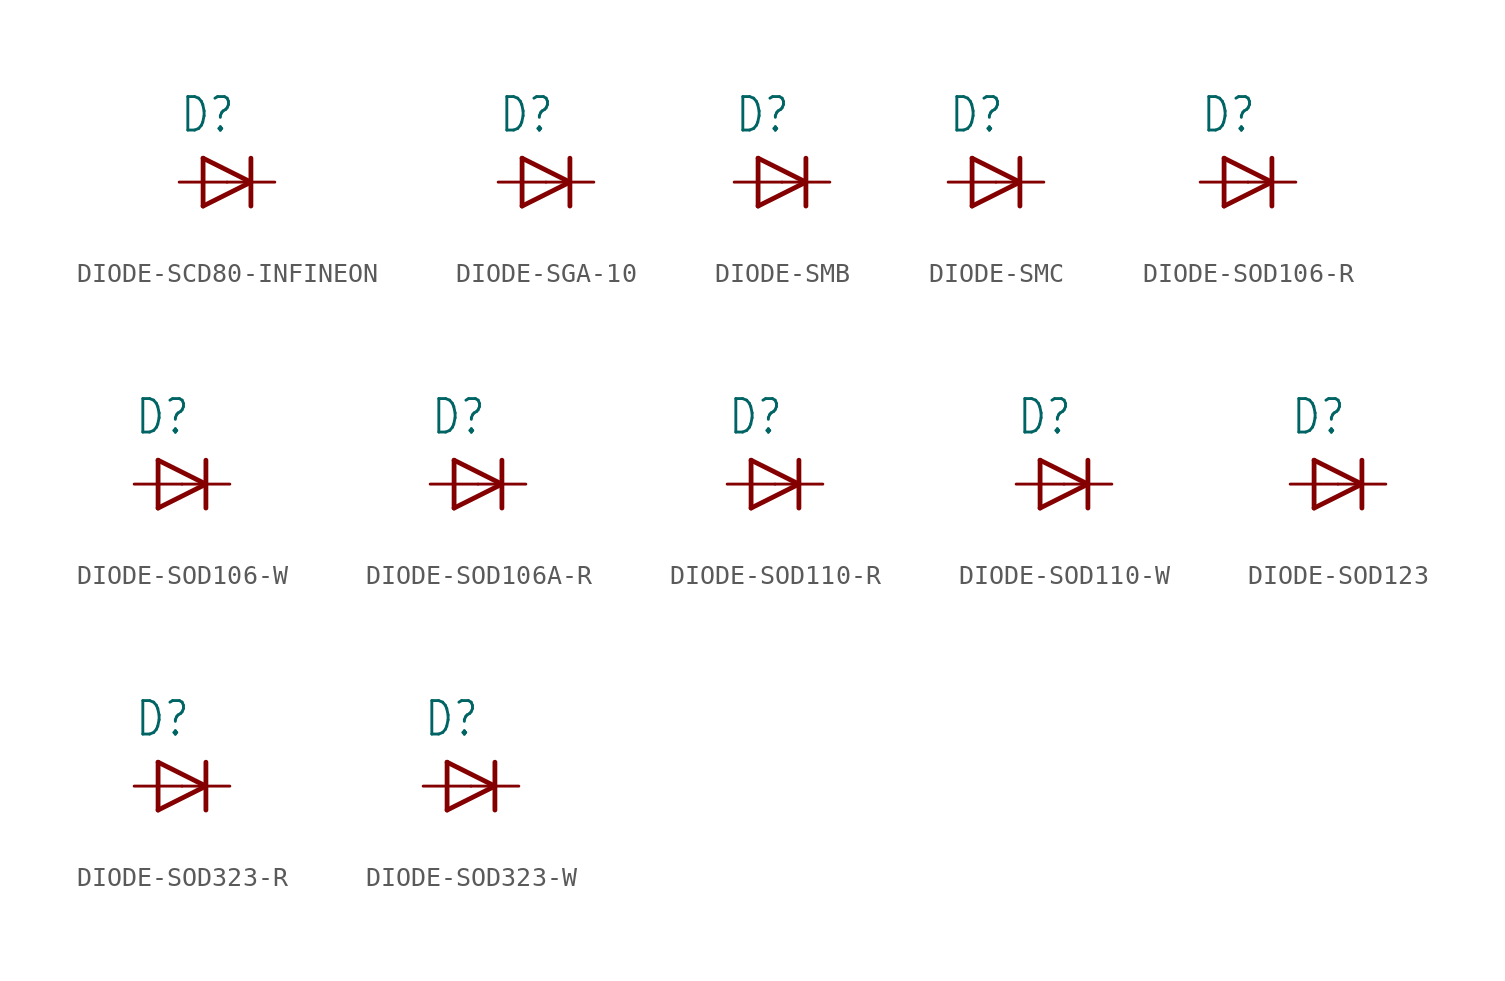
<source format=kicad_sym>
(kicad_symbol_lib
  (version 20220914)
  (generator kicad_symbol_editor)
  (symbol "DIODE-SCD80-INFINEON"
    (property "Reference" "D"
      (at -2.54 2.54 0)
      (effects (font (size 1.778 1.511)) (justify left bottom)))
    (property "Value" ""
      (at -2.54 -2.54 0)
      (effects (font (size 1.778 1.511)) (justify left top)))
    (property "ki_locked" ""
      (at 0 0 0)
      (effects (font (size 1.27 1.27))))
    (symbol "DIODE-SCD80-INFINEON_1_0"
      (polyline (pts (xy -1.27 -1.27) (xy 1.27 0)) (stroke (width 0.254) (type solid)) (fill (type none)))
      (polyline (pts (xy -1.27 1.27) (xy -1.27 -1.27)) (stroke (width 0.254) (type solid)) (fill (type none)))
      (polyline (pts (xy 1.27 0) (xy -1.27 1.27)) (stroke (width 0.254) (type solid)) (fill (type none)))
      (polyline (pts (xy 1.27 0) (xy 1.27 -1.27)) (stroke (width 0.254) (type solid)) (fill (type none)))
      (polyline (pts (xy 1.27 1.27) (xy 1.27 0)) (stroke (width 0.254) (type solid)) (fill (type none)))
      (pin passive line (at -2.54 0 0) (length 2.54) (name "A" (effects (font (size 0 0)))) (number "A" (effects (font (size 0 0)))))
      (pin passive line (at 2.54 0 180) (length 2.54) (name "C" (effects (font (size 0 0)))) (number "C" (effects (font (size 0 0)))))))
  (symbol "DIODE-SGA-10"
    (property "Reference" "D"
      (at -2.54 2.54 0)
      (effects (font (size 1.778 1.511)) (justify left bottom)))
    (property "Value" ""
      (at -2.54 -2.54 0)
      (effects (font (size 1.778 1.511)) (justify left top)))
    (property "ki_locked" ""
      (at 0 0 0)
      (effects (font (size 1.27 1.27))))
    (symbol "DIODE-SGA-10_1_0"
      (polyline (pts (xy -1.27 -1.27) (xy 1.27 0)) (stroke (width 0.254) (type solid)) (fill (type none)))
      (polyline (pts (xy -1.27 1.27) (xy -1.27 -1.27)) (stroke (width 0.254) (type solid)) (fill (type none)))
      (polyline (pts (xy 1.27 0) (xy -1.27 1.27)) (stroke (width 0.254) (type solid)) (fill (type none)))
      (polyline (pts (xy 1.27 0) (xy 1.27 -1.27)) (stroke (width 0.254) (type solid)) (fill (type none)))
      (polyline (pts (xy 1.27 1.27) (xy 1.27 0)) (stroke (width 0.254) (type solid)) (fill (type none)))
      (pin passive line (at -2.54 0 0) (length 2.54) (name "A" (effects (font (size 0 0)))) (number "A" (effects (font (size 0 0)))))
      (pin passive line (at 2.54 0 180) (length 2.54) (name "C" (effects (font (size 0 0)))) (number "C" (effects (font (size 0 0)))))))
  (symbol "DIODE-SMB"
    (property "Reference" "D"
      (at -2.54 2.54 0)
      (effects (font (size 1.778 1.511)) (justify left bottom)))
    (property "Value" ""
      (at -2.54 -2.54 0)
      (effects (font (size 1.778 1.511)) (justify left top)))
    (property "ki_locked" ""
      (at 0 0 0)
      (effects (font (size 1.27 1.27))))
    (symbol "DIODE-SMB_1_0"
      (polyline (pts (xy -1.27 -1.27) (xy 1.27 0)) (stroke (width 0.254) (type solid)) (fill (type none)))
      (polyline (pts (xy -1.27 1.27) (xy -1.27 -1.27)) (stroke (width 0.254) (type solid)) (fill (type none)))
      (polyline (pts (xy 1.27 0) (xy -1.27 1.27)) (stroke (width 0.254) (type solid)) (fill (type none)))
      (polyline (pts (xy 1.27 0) (xy 1.27 -1.27)) (stroke (width 0.254) (type solid)) (fill (type none)))
      (polyline (pts (xy 1.27 1.27) (xy 1.27 0)) (stroke (width 0.254) (type solid)) (fill (type none)))
      (pin passive line (at -2.54 0 0) (length 2.54) (name "A" (effects (font (size 0 0)))) (number "A" (effects (font (size 0 0)))))
      (pin passive line (at 2.54 0 180) (length 2.54) (name "C" (effects (font (size 0 0)))) (number "C" (effects (font (size 0 0)))))))
  (symbol "DIODE-SMC"
    (property "Reference" "D"
      (at -2.54 2.54 0)
      (effects (font (size 1.778 1.511)) (justify left bottom)))
    (property "Value" ""
      (at -2.54 -2.54 0)
      (effects (font (size 1.778 1.511)) (justify left top)))
    (property "ki_locked" ""
      (at 0 0 0)
      (effects (font (size 1.27 1.27))))
    (symbol "DIODE-SMC_1_0"
      (polyline (pts (xy -1.27 -1.27) (xy 1.27 0)) (stroke (width 0.254) (type solid)) (fill (type none)))
      (polyline (pts (xy -1.27 1.27) (xy -1.27 -1.27)) (stroke (width 0.254) (type solid)) (fill (type none)))
      (polyline (pts (xy 1.27 0) (xy -1.27 1.27)) (stroke (width 0.254) (type solid)) (fill (type none)))
      (polyline (pts (xy 1.27 0) (xy 1.27 -1.27)) (stroke (width 0.254) (type solid)) (fill (type none)))
      (polyline (pts (xy 1.27 1.27) (xy 1.27 0)) (stroke (width 0.254) (type solid)) (fill (type none)))
      (pin passive line (at -2.54 0 0) (length 2.54) (name "A" (effects (font (size 0 0)))) (number "A" (effects (font (size 0 0)))))
      (pin passive line (at 2.54 0 180) (length 2.54) (name "C" (effects (font (size 0 0)))) (number "C" (effects (font (size 0 0)))))))
  (symbol "DIODE-SOD106-R"
    (property "Reference" "D"
      (at -2.54 2.54 0)
      (effects (font (size 1.778 1.511)) (justify left bottom)))
    (property "Value" ""
      (at -2.54 -2.54 0)
      (effects (font (size 1.778 1.511)) (justify left top)))
    (property "ki_locked" ""
      (at 0 0 0)
      (effects (font (size 1.27 1.27))))
    (symbol "DIODE-SOD106-R_1_0"
      (polyline (pts (xy -1.27 -1.27) (xy 1.27 0)) (stroke (width 0.254) (type solid)) (fill (type none)))
      (polyline (pts (xy -1.27 1.27) (xy -1.27 -1.27)) (stroke (width 0.254) (type solid)) (fill (type none)))
      (polyline (pts (xy 1.27 0) (xy -1.27 1.27)) (stroke (width 0.254) (type solid)) (fill (type none)))
      (polyline (pts (xy 1.27 0) (xy 1.27 -1.27)) (stroke (width 0.254) (type solid)) (fill (type none)))
      (polyline (pts (xy 1.27 1.27) (xy 1.27 0)) (stroke (width 0.254) (type solid)) (fill (type none)))
      (pin passive line (at -2.54 0 0) (length 2.54) (name "A" (effects (font (size 0 0)))) (number "A" (effects (font (size 0 0)))))
      (pin passive line (at 2.54 0 180) (length 2.54) (name "C" (effects (font (size 0 0)))) (number "C" (effects (font (size 0 0)))))))
  (symbol "DIODE-SOD106-W"
    (property "Reference" "D"
      (at -2.54 2.54 0)
      (effects (font (size 1.778 1.511)) (justify left bottom)))
    (property "Value" ""
      (at -2.54 -2.54 0)
      (effects (font (size 1.778 1.511)) (justify left top)))
    (property "ki_locked" ""
      (at 0 0 0)
      (effects (font (size 1.27 1.27))))
    (symbol "DIODE-SOD106-W_1_0"
      (polyline (pts (xy -1.27 -1.27) (xy 1.27 0)) (stroke (width 0.254) (type solid)) (fill (type none)))
      (polyline (pts (xy -1.27 1.27) (xy -1.27 -1.27)) (stroke (width 0.254) (type solid)) (fill (type none)))
      (polyline (pts (xy 1.27 0) (xy -1.27 1.27)) (stroke (width 0.254) (type solid)) (fill (type none)))
      (polyline (pts (xy 1.27 0) (xy 1.27 -1.27)) (stroke (width 0.254) (type solid)) (fill (type none)))
      (polyline (pts (xy 1.27 1.27) (xy 1.27 0)) (stroke (width 0.254) (type solid)) (fill (type none)))
      (pin passive line (at -2.54 0 0) (length 2.54) (name "A" (effects (font (size 0 0)))) (number "A" (effects (font (size 0 0)))))
      (pin passive line (at 2.54 0 180) (length 2.54) (name "C" (effects (font (size 0 0)))) (number "C" (effects (font (size 0 0)))))))
  (symbol "DIODE-SOD106A-R"
    (property "Reference" "D"
      (at -2.54 2.54 0)
      (effects (font (size 1.778 1.511)) (justify left bottom)))
    (property "Value" ""
      (at -2.54 -2.54 0)
      (effects (font (size 1.778 1.511)) (justify left top)))
    (property "ki_locked" ""
      (at 0 0 0)
      (effects (font (size 1.27 1.27))))
    (symbol "DIODE-SOD106A-R_1_0"
      (polyline (pts (xy -1.27 -1.27) (xy 1.27 0)) (stroke (width 0.254) (type solid)) (fill (type none)))
      (polyline (pts (xy -1.27 1.27) (xy -1.27 -1.27)) (stroke (width 0.254) (type solid)) (fill (type none)))
      (polyline (pts (xy 1.27 0) (xy -1.27 1.27)) (stroke (width 0.254) (type solid)) (fill (type none)))
      (polyline (pts (xy 1.27 0) (xy 1.27 -1.27)) (stroke (width 0.254) (type solid)) (fill (type none)))
      (polyline (pts (xy 1.27 1.27) (xy 1.27 0)) (stroke (width 0.254) (type solid)) (fill (type none)))
      (pin passive line (at -2.54 0 0) (length 2.54) (name "A" (effects (font (size 0 0)))) (number "A" (effects (font (size 0 0)))))
      (pin passive line (at 2.54 0 180) (length 2.54) (name "C" (effects (font (size 0 0)))) (number "C" (effects (font (size 0 0)))))))
  (symbol "DIODE-SOD110-R"
    (property "Reference" "D"
      (at -2.54 2.54 0)
      (effects (font (size 1.778 1.511)) (justify left bottom)))
    (property "Value" ""
      (at -2.54 -2.54 0)
      (effects (font (size 1.778 1.511)) (justify left top)))
    (property "ki_locked" ""
      (at 0 0 0)
      (effects (font (size 1.27 1.27))))
    (symbol "DIODE-SOD110-R_1_0"
      (polyline (pts (xy -1.27 -1.27) (xy 1.27 0)) (stroke (width 0.254) (type solid)) (fill (type none)))
      (polyline (pts (xy -1.27 1.27) (xy -1.27 -1.27)) (stroke (width 0.254) (type solid)) (fill (type none)))
      (polyline (pts (xy 1.27 0) (xy -1.27 1.27)) (stroke (width 0.254) (type solid)) (fill (type none)))
      (polyline (pts (xy 1.27 0) (xy 1.27 -1.27)) (stroke (width 0.254) (type solid)) (fill (type none)))
      (polyline (pts (xy 1.27 1.27) (xy 1.27 0)) (stroke (width 0.254) (type solid)) (fill (type none)))
      (pin passive line (at -2.54 0 0) (length 2.54) (name "A" (effects (font (size 0 0)))) (number "A" (effects (font (size 0 0)))))
      (pin passive line (at 2.54 0 180) (length 2.54) (name "C" (effects (font (size 0 0)))) (number "C" (effects (font (size 0 0)))))))
  (symbol "DIODE-SOD110-W"
    (property "Reference" "D"
      (at -2.54 2.54 0)
      (effects (font (size 1.778 1.511)) (justify left bottom)))
    (property "Value" ""
      (at -2.54 -2.54 0)
      (effects (font (size 1.778 1.511)) (justify left top)))
    (property "ki_locked" ""
      (at 0 0 0)
      (effects (font (size 1.27 1.27))))
    (symbol "DIODE-SOD110-W_1_0"
      (polyline (pts (xy -1.27 -1.27) (xy 1.27 0)) (stroke (width 0.254) (type solid)) (fill (type none)))
      (polyline (pts (xy -1.27 1.27) (xy -1.27 -1.27)) (stroke (width 0.254) (type solid)) (fill (type none)))
      (polyline (pts (xy 1.27 0) (xy -1.27 1.27)) (stroke (width 0.254) (type solid)) (fill (type none)))
      (polyline (pts (xy 1.27 0) (xy 1.27 -1.27)) (stroke (width 0.254) (type solid)) (fill (type none)))
      (polyline (pts (xy 1.27 1.27) (xy 1.27 0)) (stroke (width 0.254) (type solid)) (fill (type none)))
      (pin passive line (at -2.54 0 0) (length 2.54) (name "A" (effects (font (size 0 0)))) (number "A" (effects (font (size 0 0)))))
      (pin passive line (at 2.54 0 180) (length 2.54) (name "C" (effects (font (size 0 0)))) (number "C" (effects (font (size 0 0)))))))
  (symbol "DIODE-SOD123"
    (property "Reference" "D"
      (at -2.54 2.54 0)
      (effects (font (size 1.778 1.511)) (justify left bottom)))
    (property "Value" ""
      (at -2.54 -2.54 0)
      (effects (font (size 1.778 1.511)) (justify left top)))
    (property "ki_locked" ""
      (at 0 0 0)
      (effects (font (size 1.27 1.27))))
    (symbol "DIODE-SOD123_1_0"
      (polyline (pts (xy -1.27 -1.27) (xy 1.27 0)) (stroke (width 0.254) (type solid)) (fill (type none)))
      (polyline (pts (xy -1.27 1.27) (xy -1.27 -1.27)) (stroke (width 0.254) (type solid)) (fill (type none)))
      (polyline (pts (xy 1.27 0) (xy -1.27 1.27)) (stroke (width 0.254) (type solid)) (fill (type none)))
      (polyline (pts (xy 1.27 0) (xy 1.27 -1.27)) (stroke (width 0.254) (type solid)) (fill (type none)))
      (polyline (pts (xy 1.27 1.27) (xy 1.27 0)) (stroke (width 0.254) (type solid)) (fill (type none)))
      (pin passive line (at -2.54 0 0) (length 2.54) (name "A" (effects (font (size 0 0)))) (number "A" (effects (font (size 0 0)))))
      (pin passive line (at 2.54 0 180) (length 2.54) (name "C" (effects (font (size 0 0)))) (number "C" (effects (font (size 0 0)))))))
  (symbol "DIODE-SOD323-R"
    (property "Reference" "D"
      (at -2.54 2.54 0)
      (effects (font (size 1.778 1.511)) (justify left bottom)))
    (property "Value" ""
      (at -2.54 -2.54 0)
      (effects (font (size 1.778 1.511)) (justify left top)))
    (property "ki_locked" ""
      (at 0 0 0)
      (effects (font (size 1.27 1.27))))
    (symbol "DIODE-SOD323-R_1_0"
      (polyline (pts (xy -1.27 -1.27) (xy 1.27 0)) (stroke (width 0.254) (type solid)) (fill (type none)))
      (polyline (pts (xy -1.27 1.27) (xy -1.27 -1.27)) (stroke (width 0.254) (type solid)) (fill (type none)))
      (polyline (pts (xy 1.27 0) (xy -1.27 1.27)) (stroke (width 0.254) (type solid)) (fill (type none)))
      (polyline (pts (xy 1.27 0) (xy 1.27 -1.27)) (stroke (width 0.254) (type solid)) (fill (type none)))
      (polyline (pts (xy 1.27 1.27) (xy 1.27 0)) (stroke (width 0.254) (type solid)) (fill (type none)))
      (pin passive line (at -2.54 0 0) (length 2.54) (name "A" (effects (font (size 0 0)))) (number "A" (effects (font (size 0 0)))))
      (pin passive line (at 2.54 0 180) (length 2.54) (name "C" (effects (font (size 0 0)))) (number "C" (effects (font (size 0 0)))))))
  (symbol "DIODE-SOD323-W"
    (property "Reference" "D"
      (at -2.54 2.54 0)
      (effects (font (size 1.778 1.511)) (justify left bottom)))
    (property "Value" ""
      (at -2.54 -2.54 0)
      (effects (font (size 1.778 1.511)) (justify left top)))
    (property "ki_locked" ""
      (at 0 0 0)
      (effects (font (size 1.27 1.27))))
    (symbol "DIODE-SOD323-W_1_0"
      (polyline (pts (xy -1.27 -1.27) (xy 1.27 0)) (stroke (width 0.254) (type solid)) (fill (type none)))
      (polyline (pts (xy -1.27 1.27) (xy -1.27 -1.27)) (stroke (width 0.254) (type solid)) (fill (type none)))
      (polyline (pts (xy 1.27 0) (xy -1.27 1.27)) (stroke (width 0.254) (type solid)) (fill (type none)))
      (polyline (pts (xy 1.27 0) (xy 1.27 -1.27)) (stroke (width 0.254) (type solid)) (fill (type none)))
      (polyline (pts (xy 1.27 1.27) (xy 1.27 0)) (stroke (width 0.254) (type solid)) (fill (type none)))
      (pin passive line (at -2.54 0 0) (length 2.54) (name "A" (effects (font (size 0 0)))) (number "A" (effects (font (size 0 0)))))
      (pin passive line (at 2.54 0 180) (length 2.54) (name "C" (effects (font (size 0 0)))) (number "C" (effects (font (size 0 0))))))))
</source>
